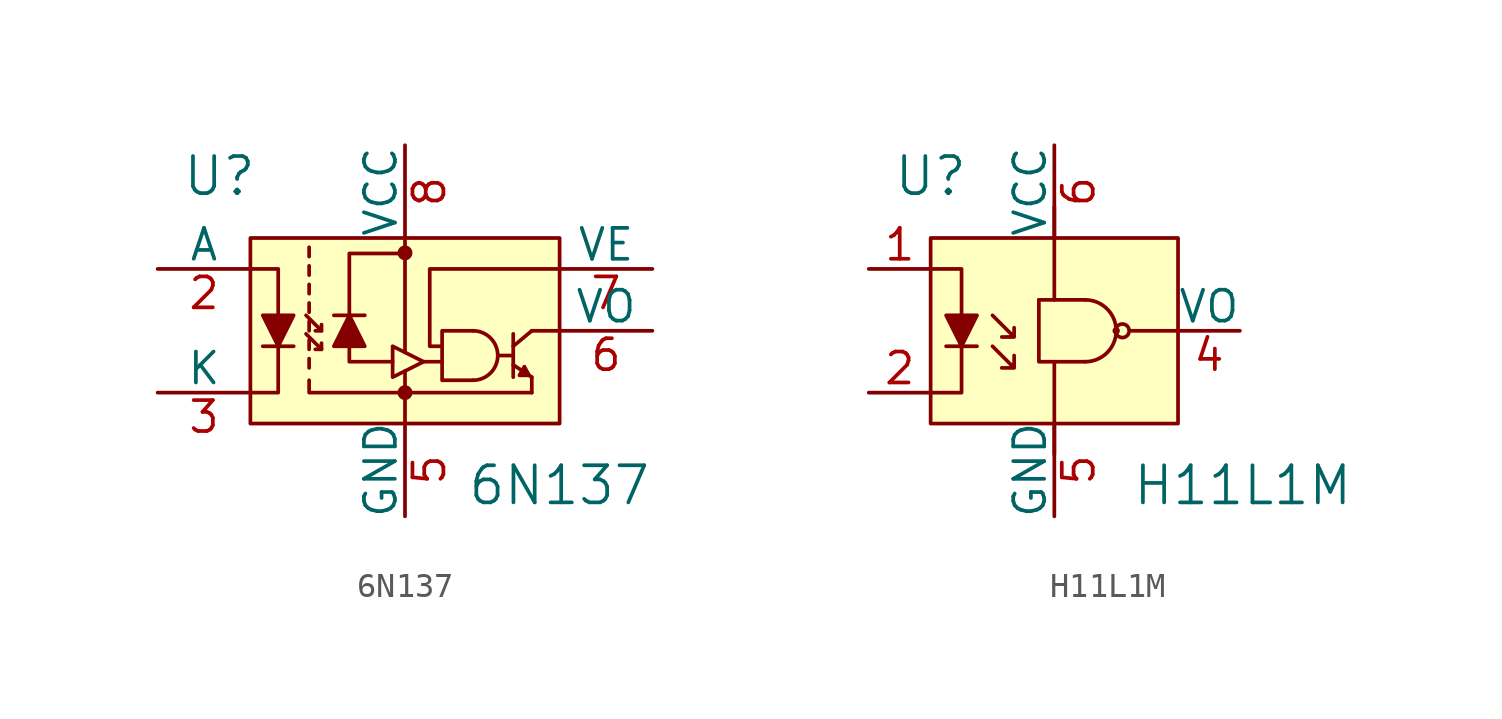
<source format=kicad_sym>
(kicad_symbol_lib
  (version 20201005)
  (generator kicad_symbol_editor)
  (symbol "6N137"
    (pin_names
      (offset 0))
    (property "Reference" "U"
      (at -7.62 6.35 0)
      (effects (font (size 1.524 1.524))))
    (property "Value" "6N137"
      (at 2.54 -6.35 0)
      (effects (font (size 1.524 1.524)) (justify left)))
    (symbol "6N137_0_1"
      (arc (start 2.794 -2.032) (end 2.794 0) (radius (at 2.794 -1.016) (length 1.016) (angles -89.9 89.9)) (stroke (width 0)) (fill (type none)))
      (rectangle (start -6.35 3.81) (end 6.35 -3.81) (stroke (width 0)) (fill (type background)))
      (polyline (pts (xy -5.842 -0.635) (xy -4.572 -0.635)) (stroke (width 0)) (fill (type none)))
      (polyline (pts (xy -3.937 -1.143) (xy -3.937 -1.524)) (stroke (width 0)) (fill (type none)))
      (polyline (pts (xy -3.937 -0.381) (xy -3.937 -0.762)) (stroke (width 0)) (fill (type none)))
      (polyline (pts (xy -3.937 0.381) (xy -3.937 0)) (stroke (width 0)) (fill (type none)))
      (polyline (pts (xy -3.937 1.143) (xy -3.937 0.762)) (stroke (width 0)) (fill (type none)))
      (polyline (pts (xy -3.937 1.905) (xy -3.937 1.524)) (stroke (width 0)) (fill (type none)))
      (polyline (pts (xy -3.937 2.667) (xy -3.937 2.286)) (stroke (width 0)) (fill (type none)))
      (polyline (pts (xy -3.937 3.429) (xy -3.937 3.048)) (stroke (width 0)) (fill (type none)))
      (polyline (pts (xy -3.429 -0.762) (xy -3.683 -0.762)) (stroke (width 0)) (fill (type none)))
      (polyline (pts (xy -3.429 0) (xy -3.683 0)) (stroke (width 0)) (fill (type none)))
      (polyline (pts (xy -2.921 0.635) (xy -1.651 0.635)) (stroke (width 0)) (fill (type none)))
      (polyline (pts (xy 0 -3.81) (xy 0 -2.54)) (stroke (width 0)) (fill (type none)))
      (polyline (pts (xy 0 -2.54) (xy 0 -1.651)) (stroke (width 0)) (fill (type none)))
      (polyline (pts (xy 0 3.81) (xy 0 -0.889)) (stroke (width 0)) (fill (type none)))
      (polyline (pts (xy 1.524 -1.27) (xy 0.762 -1.27)) (stroke (width 0)) (fill (type none)))
      (polyline (pts (xy 3.81 -1.016) (xy 4.445 -1.016)) (stroke (width 0)) (fill (type none)))
      (polyline (pts (xy 4.445 -1.397) (xy 5.207 -1.905)) (stroke (width 0)) (fill (type none)))
      (polyline (pts (xy 4.445 -0.635) (xy 5.207 0)) (stroke (width 0)) (fill (type none)))
      (polyline (pts (xy 4.445 -0.127) (xy 4.445 -1.905)) (stroke (width 0)) (fill (type none)))
      (polyline (pts (xy 5.207 -2.54) (xy 0 -2.54)) (stroke (width 0)) (fill (type none)))
      (polyline (pts (xy 5.207 -1.905) (xy 5.207 -2.54)) (stroke (width 0)) (fill (type none)))
      (polyline (pts (xy 6.35 0) (xy 5.207 0)) (stroke (width 0)) (fill (type none)))
      (polyline (pts (xy -5.207 -0.635) (xy -5.207 -2.54) (xy -6.35 -2.54)) (stroke (width 0)) (fill (type none)))
      (polyline (pts (xy -5.207 0.635) (xy -5.207 2.54) (xy -6.35 2.54)) (stroke (width 0)) (fill (type none)))
      (polyline (pts (xy -4.064 -0.127) (xy -3.429 -0.762) (xy -3.429 -0.508)) (stroke (width 0)) (fill (type none)))
      (polyline (pts (xy -4.064 0.635) (xy -3.429 0) (xy -3.429 0.254)) (stroke (width 0)) (fill (type none)))
      (polyline (pts (xy -0.508 -1.27) (xy -2.286 -1.27) (xy -2.286 -0.635)) (stroke (width 0)) (fill (type none)))
      (polyline (pts (xy 0 -2.54) (xy -3.937 -2.54) (xy -3.937 -2.032)) (stroke (width 0)) (fill (type none)))
      (polyline (pts (xy 0 3.175) (xy -2.286 3.175) (xy -2.286 0.635)) (stroke (width 0)) (fill (type none)))
      (polyline (pts (xy -5.842 0.635) (xy -4.572 0.635) (xy -5.207 -0.635) (xy -5.842 0.635)) (stroke (width 0)) (fill (type outline)))
      (polyline (pts (xy -2.921 -0.635) (xy -1.651 -0.635) (xy -2.286 0.635) (xy -2.921 -0.635)) (stroke (width 0)) (fill (type outline)))
      (polyline (pts (xy 0.762 -1.27) (xy -0.508 -0.635) (xy -0.508 -1.905) (xy 0.762 -1.27)) (stroke (width 0)) (fill (type none)))
      (polyline (pts (xy 1.524 -0.635) (xy 1.016 -0.635) (xy 1.016 2.54) (xy 6.35 2.54)) (stroke (width 0)) (fill (type none)))
      (polyline (pts (xy 2.794 0) (xy 1.524 0) (xy 1.524 -2.032) (xy 2.794 -2.032)) (stroke (width 0)) (fill (type none)))
      (polyline (pts (xy 5.08 -1.803) (xy 4.902 -1.473) (xy 4.699 -1.829) (xy 5.105 -1.829)) (stroke (width 0)) (fill (type outline))))
    (symbol "6N137_1_1"
      (circle (center 0 -2.54) (radius 0.229) (stroke (width 0)) (fill (type outline)))
      (circle (center 0 3.2) (radius 0.229) (stroke (width 0)) (fill (type outline)))
      (pin no_connect line (at -5.08 7.62 270) (length 3.81) hide (name "NC" (effects (font (size 1.27 1.27)))) (number "1" (effects (font (size 1.27 1.27)))))
      (pin passive line (at -10.16 2.54 0) (length 3.81) (name "A" (effects (font (size 1.27 1.27)))) (number "2" (effects (font (size 1.27 1.27)))))
      (pin passive line (at -10.16 -2.54 0) (length 3.81) (name "K" (effects (font (size 1.27 1.27)))) (number "3" (effects (font (size 1.27 1.27)))))
      (pin no_connect line (at -5.08 -7.62 90) (length 3.81) hide (name "NC" (effects (font (size 1.27 1.27)))) (number "4" (effects (font (size 1.27 1.27)))))
      (pin power_in line (at 0 -7.62 90) (length 3.81) (name "GND" (effects (font (size 1.27 1.27)))) (number "5" (effects (font (size 1.27 1.27)))))
      (pin output line (at 10.16 0 180) (length 3.81) (name "VO" (effects (font (size 1.27 1.27)))) (number "6" (effects (font (size 1.27 1.27)))))
      (pin input line (at 10.16 2.54 180) (length 3.81) (name "VE" (effects (font (size 1.27 1.27)))) (number "7" (effects (font (size 1.27 1.27)))))
      (pin power_in line (at 0 7.62 270) (length 3.81) (name "VCC" (effects (font (size 1.27 1.27)))) (number "8" (effects (font (size 1.27 1.27)))))))
  (symbol "H11L1M"
    (pin_names
      (offset 0))
    (property "Reference" "U"
      (at -5.08 6.35 0)
      (effects (font (size 1.524 1.524))))
    (property "Value" "H11L1M"
      (at 3.175 -6.35 0)
      (effects (font (size 1.524 1.524)) (justify left)))
    (symbol "H11L1M_0_1"
      (arc (start 1.27 -1.27) (end 1.27 1.27) (radius (at 1.27 0) (length 1.27) (angles -89.9 89.9)) (stroke (width 0)) (fill (type none)))
      (circle (center 2.54 0) (radius 0) (stroke (width 0)) (fill (type none)))
      (circle (center 2.794 0) (radius 0.279) (stroke (width 0)) (fill (type none)))
      (polyline (pts (xy -4.445 -0.635) (xy -3.175 -0.635)) (stroke (width 0)) (fill (type none)))
      (polyline (pts (xy -0.635 1.27) (xy 1.27 1.27)) (stroke (width 0)) (fill (type none)))
      (polyline (pts (xy 0 -5.08) (xy 0 -1.27)) (stroke (width 0)) (fill (type none)))
      (polyline (pts (xy 0 5.08) (xy 0 1.27)) (stroke (width 0)) (fill (type none)))
      (polyline (pts (xy 3.175 0) (xy 5.08 0)) (stroke (width 0)) (fill (type none)))
      (polyline (pts (xy -5.08 2.54) (xy -3.81 2.54) (xy -3.81 0)) (stroke (width 0)) (fill (type none)))
      (polyline (pts (xy -3.81 -0.635) (xy -3.81 -2.54) (xy -5.08 -2.54)) (stroke (width 0)) (fill (type none)))
      (polyline (pts (xy -0.635 1.27) (xy -0.635 -1.27) (xy 1.27 -1.27)) (stroke (width 0)) (fill (type none)))
      (polyline (pts (xy -3.81 -0.635) (xy -4.445 0.635) (xy -3.175 0.635) (xy -3.81 -0.635)) (stroke (width 0)) (fill (type outline)))
      (polyline (pts (xy -2.54 -0.635) (xy -1.651 -1.524) (xy -1.651 -1.016) (xy -1.651 -1.524) (xy -2.159 -1.524)) (stroke (width 0)) (fill (type none)))
      (polyline (pts (xy -2.54 0.635) (xy -1.651 -0.254) (xy -1.651 0.127) (xy -1.651 -0.254) (xy -2.159 -0.254)) (stroke (width 0)) (fill (type none))))
    (symbol "H11L1M_1_1"
      (rectangle (start -5.08 3.81) (end 5.08 -3.81) (stroke (width 0)) (fill (type background)))
      (pin passive line (at -7.62 2.54 0) (length 2.54) (name "~" (effects (font (size 1.27 1.27)))) (number "1" (effects (font (size 1.27 1.27)))))
      (pin passive line (at -7.62 -2.54 0) (length 2.54) (name "~" (effects (font (size 1.27 1.27)))) (number "2" (effects (font (size 1.27 1.27)))))
      (pin no_connect line (at 5.08 -2.54 180) (length 2.54) hide (name "NC" (effects (font (size 1.27 1.27)))) (number "3" (effects (font (size 1.27 1.27)))))
      (pin output line (at 7.62 0 180) (length 2.54) (name "VO" (effects (font (size 1.27 1.27)))) (number "4" (effects (font (size 1.27 1.27)))))
      (pin power_in line (at 0 -7.62 90) (length 3.81) (name "GND" (effects (font (size 1.27 1.27)))) (number "5" (effects (font (size 1.27 1.27)))))
      (pin power_in line (at 0 7.62 270) (length 3.81) (name "VCC" (effects (font (size 1.27 1.27)))) (number "6" (effects (font (size 1.27 1.27))))))))
</source>
